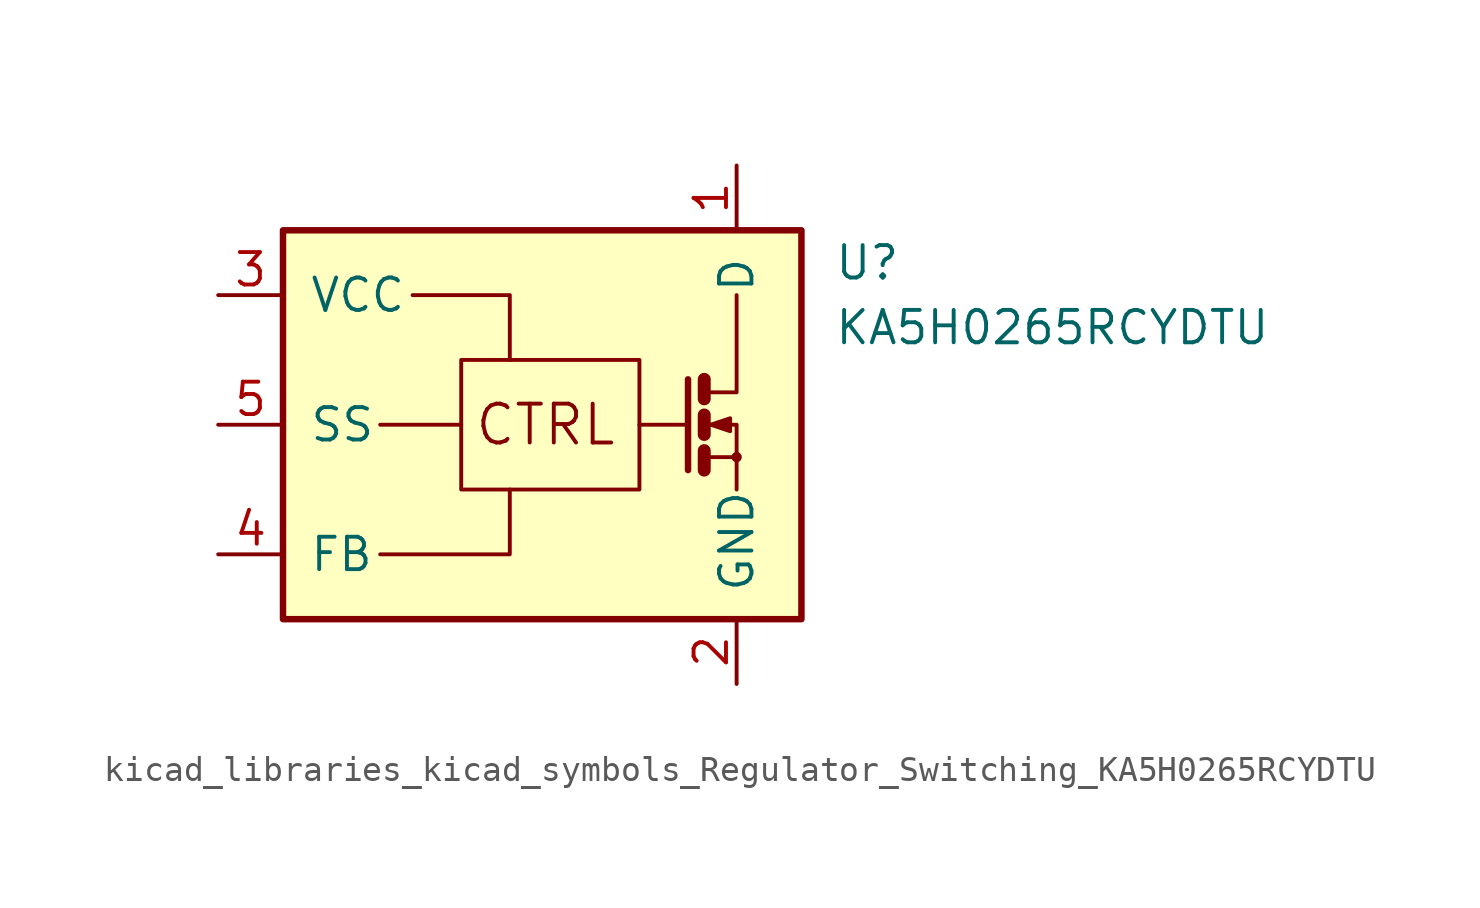
<source format=kicad_sym>
(kicad_symbol_lib
  (version 20220914)
  (generator kicad_symbol_editor)
  (symbol "kicad_libraries_kicad_symbols_Regulator_Switching_KA5H0265RCYDTU"
    (pin_names
      (offset 1.016))
    (property "Reference" "U"
      (at 11.43 6.35 0)
      (effects (font (size 1.27 1.27)) (justify left)))
    (property "Value" "KA5H0265RCYDTU"
      (at 11.43 3.81 0)
      (effects (font (size 1.27 1.27)) (justify left)))
    (symbol "kicad_libraries_kicad_symbols_Regulator_Switching_KA5H0265RCYDTU_0_0"
      (rectangle (start -10.16 7.62) (end 10.16 -7.62) (stroke (width 0.254) (type default)) (fill (type background)))
      (rectangle (start -3.175 2.54) (end 3.81 -2.54) (stroke (width 0) (type default)) (fill (type none)))
      (polyline (pts (xy -3.175 0) (xy -6.35 0)) (stroke (width 0) (type default)) (fill (type none)))
      (polyline (pts (xy 3.81 0) (xy 5.715 0)) (stroke (width 0) (type default)) (fill (type none)))
      (polyline (pts (xy 5.715 1.778) (xy 5.715 -1.778)) (stroke (width 0.254) (type default)) (fill (type none)))
      (polyline (pts (xy 6.35 -1.27) (xy 7.62 -1.27)) (stroke (width 0) (type default)) (fill (type none)))
      (polyline (pts (xy 6.35 -1.016) (xy 6.35 -1.778)) (stroke (width 0.508) (type default)) (fill (type none)))
      (polyline (pts (xy 6.35 0.381) (xy 6.35 -0.381)) (stroke (width 0.508) (type default)) (fill (type none)))
      (polyline (pts (xy 6.35 1.778) (xy 6.35 1.016)) (stroke (width 0.508) (type default)) (fill (type none)))
      (polyline (pts (xy -6.35 -5.08) (xy -1.27 -5.08) (xy -1.27 -2.54)) (stroke (width 0) (type default)) (fill (type none)))
      (polyline (pts (xy -1.27 2.54) (xy -1.27 5.08) (xy -5.08 5.08)) (stroke (width 0) (type default)) (fill (type none)))
      (polyline (pts (xy 6.35 1.27) (xy 7.62 1.27) (xy 7.62 5.08)) (stroke (width 0) (type default)) (fill (type none)))
      (polyline (pts (xy 6.604 0) (xy 7.366 0.254) (xy 7.366 -0.254) (xy 6.604 0)) (stroke (width 0) (type default)) (fill (type outline)))
      (polyline (pts (xy 7.62 -1.905) (xy 7.62 -2.54) (xy 7.62 0) (xy 6.35 0)) (stroke (width 0) (type default)) (fill (type none)))
      (circle (center 7.62 -1.27) (radius 0.127) (stroke (width 0) (type default)) (fill (type none)))
      (text "CTRL" (at 0.127 0 0) (effects (font (size 1.524 1.524)))))
    (symbol "kicad_libraries_kicad_symbols_Regulator_Switching_KA5H0265RCYDTU_1_1"
      (pin passive line (at 7.62 10.16 270) (length 2.54) (name "D" (effects (font (size 1.27 1.27)))) (number "1" (effects (font (size 1.27 1.27)))))
      (pin power_in line (at 7.62 -10.16 90) (length 2.54) (name "GND" (effects (font (size 1.27 1.27)))) (number "2" (effects (font (size 1.27 1.27)))))
      (pin power_in line (at -12.7 5.08 0) (length 2.54) (name "VCC" (effects (font (size 1.27 1.27)))) (number "3" (effects (font (size 1.27 1.27)))))
      (pin passive line (at -12.7 -5.08 0) (length 2.54) (name "FB" (effects (font (size 1.27 1.27)))) (number "4" (effects (font (size 1.27 1.27)))))
      (pin passive line (at -12.7 0 0) (length 2.54) (name "SS" (effects (font (size 1.27 1.27)))) (number "5" (effects (font (size 1.27 1.27))))))))
</source>
